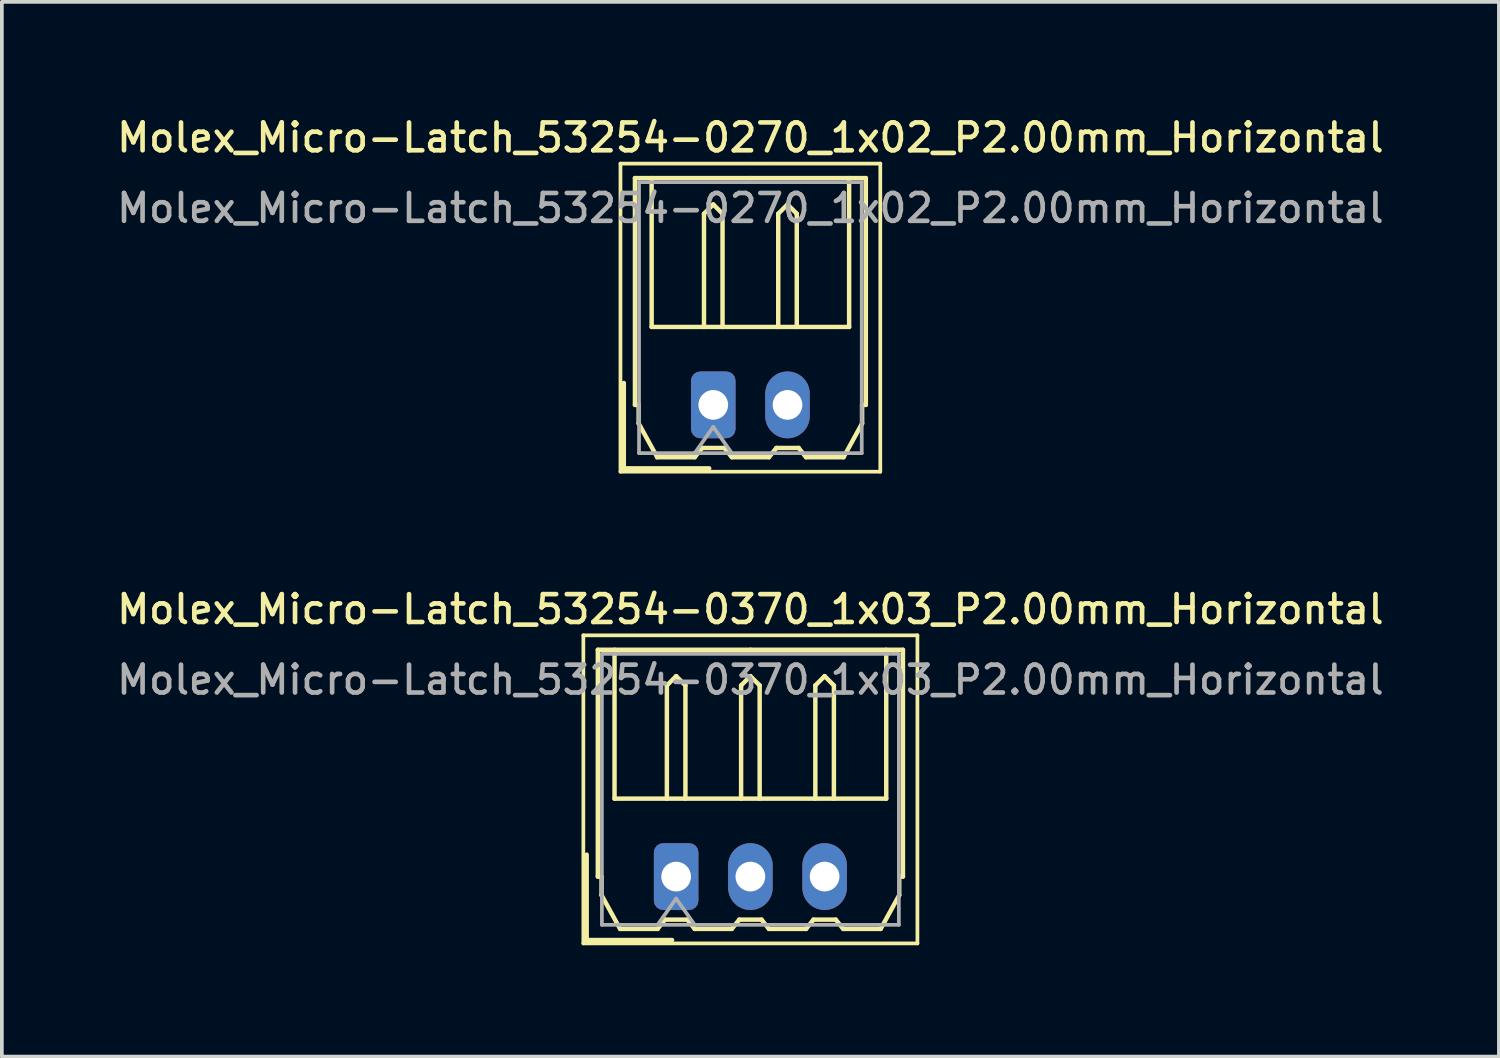
<source format=kicad_pcb>
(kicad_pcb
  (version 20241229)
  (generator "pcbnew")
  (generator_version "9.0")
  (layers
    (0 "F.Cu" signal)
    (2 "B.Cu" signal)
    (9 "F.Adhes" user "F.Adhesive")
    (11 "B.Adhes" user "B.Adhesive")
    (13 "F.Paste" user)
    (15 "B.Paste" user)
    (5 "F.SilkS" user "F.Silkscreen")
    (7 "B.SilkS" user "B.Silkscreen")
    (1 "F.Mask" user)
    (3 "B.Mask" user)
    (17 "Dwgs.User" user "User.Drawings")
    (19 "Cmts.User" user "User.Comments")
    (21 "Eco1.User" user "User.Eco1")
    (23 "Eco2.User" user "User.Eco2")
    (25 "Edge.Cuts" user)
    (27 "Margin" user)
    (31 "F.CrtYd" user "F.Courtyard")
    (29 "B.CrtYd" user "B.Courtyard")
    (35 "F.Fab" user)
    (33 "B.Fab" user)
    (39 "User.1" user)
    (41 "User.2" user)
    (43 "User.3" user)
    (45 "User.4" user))
  (footprint "Molex_Micro-Latch_53254-0270_1x02_P2.00mm_Horizontal"
    (layer "F.Cu")
    (at 16.166 7.858)
    (property "Reference" "Molex_Micro-Latch_53254-0270_1x02_P2.00mm_Horizontal" (at 1 -7.2 0) (layer "F.SilkS") (effects (font (size 0.75 0.75) (thickness 0.125))))
    (attr through_hole)
    (fp_line (start -2.5 -6.5) (end -2.5 1.8) (stroke (width 0.1) (type solid)) (layer "F.SilkS"))
    (fp_line (start -2.5 1.8) (end 4.5 1.8) (stroke (width 0.1) (type solid)) (layer "F.SilkS"))
    (fp_line (start -2.41 1.71) (end -2.41 -0.59) (stroke (width 0.12) (type solid)) (layer "F.SilkS"))
    (fp_line (start -2.11 -6.11) (end 1 -6.11) (stroke (width 0.12) (type solid)) (layer "F.SilkS"))
    (fp_line (start -2.11 0) (end -2.11 -6.11) (stroke (width 0.12) (type solid)) (layer "F.SilkS"))
    (fp_line (start -2.01 0) (end -2.11 0) (stroke (width 0.12) (type solid)) (layer "F.SilkS"))
    (fp_line (start -2.01 0.5) (end -2.01 0) (stroke (width 0.12) (type solid)) (layer "F.SilkS"))
    (fp_line (start -1.66 -6.11) (end -1.66 -2.1) (stroke (width 0.12) (type solid)) (layer "F.SilkS"))
    (fp_line (start -1.66 -2.1) (end 3.66 -2.1) (stroke (width 0.12) (type solid)) (layer "F.SilkS"))
    (fp_line (start -1.51 1.41) (end -2.01 0.5) (stroke (width 0.12) (type solid)) (layer "F.SilkS"))
    (fp_line (start -0.5 1.41) (end -1.51 1.41) (stroke (width 0.12) (type solid)) (layer "F.SilkS"))
    (fp_line (start -0.3 1.16) (end -0.5 1.41) (stroke (width 0.12) (type solid)) (layer "F.SilkS"))
    (fp_line (start -0.3 1.16) (end 0.3 1.16) (stroke (width 0.12) (type solid)) (layer "F.SilkS"))
    (fp_line (start -0.25 -5.15) (end 0 -5.4) (stroke (width 0.12) (type solid)) (layer "F.SilkS"))
    (fp_line (start -0.25 -2.1) (end -0.25 -5.15) (stroke (width 0.12) (type solid)) (layer "F.SilkS"))
    (fp_line (start -0.11 1.71) (end -2.41 1.71) (stroke (width 0.12) (type solid)) (layer "F.SilkS"))
    (fp_line (start 0 -5.4) (end 0.25 -5.15) (stroke (width 0.12) (type solid)) (layer "F.SilkS"))
    (fp_line (start 0.25 -5.15) (end 0.25 -2.1) (stroke (width 0.12) (type solid)) (layer "F.SilkS"))
    (fp_line (start 0.3 1.16) (end 0.5 1.41) (stroke (width 0.12) (type solid)) (layer "F.SilkS"))
    (fp_line (start 0.5 1.41) (end 1.5 1.41) (stroke (width 0.12) (type solid)) (layer "F.SilkS"))
    (fp_line (start 1.5 1.41) (end 1.7 1.16) (stroke (width 0.12) (type solid)) (layer "F.SilkS"))
    (fp_line (start 1.7 1.16) (end 2.3 1.16) (stroke (width 0.12) (type solid)) (layer "F.SilkS"))
    (fp_line (start 1.75 -5.15) (end 2 -5.4) (stroke (width 0.12) (type solid)) (layer "F.SilkS"))
    (fp_line (start 1.75 -2.1) (end 1.75 -5.15) (stroke (width 0.12) (type solid)) (layer "F.SilkS"))
    (fp_line (start 2 -5.4) (end 2.25 -5.15) (stroke (width 0.12) (type solid)) (layer "F.SilkS"))
    (fp_line (start 2.25 -5.15) (end 2.25 -2.1) (stroke (width 0.12) (type solid)) (layer "F.SilkS"))
    (fp_line (start 2.3 1.16) (end 2.5 1.41) (stroke (width 0.12) (type solid)) (layer "F.SilkS"))
    (fp_line (start 2.5 1.41) (end 3.51 1.41) (stroke (width 0.12) (type solid)) (layer "F.SilkS"))
    (fp_line (start 3.51 1.41) (end 4.01 0.5) (stroke (width 0.12) (type solid)) (layer "F.SilkS"))
    (fp_line (start 3.66 -2.1) (end 3.66 -6.11) (stroke (width 0.12) (type solid)) (layer "F.SilkS"))
    (fp_line (start 4.01 0) (end 4.11 0) (stroke (width 0.12) (type solid)) (layer "F.SilkS"))
    (fp_line (start 4.01 0.5) (end 4.01 0) (stroke (width 0.12) (type solid)) (layer "F.SilkS"))
    (fp_line (start 4.11 -6.11) (end 1 -6.11) (stroke (width 0.12) (type solid)) (layer "F.SilkS"))
    (fp_line (start 4.11 0) (end 4.11 -6.11) (stroke (width 0.12) (type solid)) (layer "F.SilkS"))
    (fp_line (start 4.5 -6.5) (end -2.5 -6.5) (stroke (width 0.1) (type solid)) (layer "F.SilkS"))
    (fp_line (start 4.5 1.8) (end 4.5 -6.5) (stroke (width 0.1) (type solid)) (layer "F.SilkS"))
    (fp_line (start -2 -6) (end -2 1.3) (stroke (width 0.1) (type solid)) (layer "F.Fab"))
    (fp_line (start -2 1.3) (end 4 1.3) (stroke (width 0.1) (type solid)) (layer "F.Fab"))
    (fp_line (start -0.5 1.3) (end 0 0.593) (stroke (width 0.1) (type solid)) (layer "F.Fab"))
    (fp_line (start 0 0.593) (end 0.5 1.3) (stroke (width 0.1) (type solid)) (layer "F.Fab"))
    (fp_line (start 4 -6) (end -2 -6) (stroke (width 0.1) (type solid)) (layer "F.Fab"))
    (fp_line (start 4 1.3) (end 4 -6) (stroke (width 0.1) (type solid)) (layer "F.Fab"))
    (fp_text user "${REFERENCE}" (at 1 -5.3 0) (layer "F.Fab") (effects (font (size 0.75 0.75) (thickness 0.125))))
    (pad "1" thru_hole roundrect (at 0 0) (size 1.2 1.8) (drill 0.8) (layers "*.Cu" "*.Mask") (roundrect_rratio 0.208))
    (pad "2" thru_hole oval (at 2 0) (size 1.2 1.8) (drill 0.8) (layers "*.Cu" "*.Mask")))
  (footprint "Molex_Micro-Latch_53254-0370_1x03_P2.00mm_Horizontal"
    (layer "F.Cu")
    (at 15.166 20.566)
    (property "Reference" "Molex_Micro-Latch_53254-0370_1x03_P2.00mm_Horizontal" (at 2 -7.2 0) (layer "F.SilkS") (effects (font (size 0.75 0.75) (thickness 0.125))))
    (attr through_hole)
    (fp_line (start -2.5 -6.5) (end -2.5 1.8) (stroke (width 0.1) (type solid)) (layer "F.SilkS"))
    (fp_line (start -2.5 1.8) (end 6.5 1.8) (stroke (width 0.1) (type solid)) (layer "F.SilkS"))
    (fp_line (start -2.41 1.71) (end -2.41 -0.59) (stroke (width 0.12) (type solid)) (layer "F.SilkS"))
    (fp_line (start -2.11 -6.11) (end 2 -6.11) (stroke (width 0.12) (type solid)) (layer "F.SilkS"))
    (fp_line (start -2.11 0) (end -2.11 -6.11) (stroke (width 0.12) (type solid)) (layer "F.SilkS"))
    (fp_line (start -2.01 0) (end -2.11 0) (stroke (width 0.12) (type solid)) (layer "F.SilkS"))
    (fp_line (start -2.01 0.5) (end -2.01 0) (stroke (width 0.12) (type solid)) (layer "F.SilkS"))
    (fp_line (start -1.66 -6.11) (end -1.66 -2.1) (stroke (width 0.12) (type solid)) (layer "F.SilkS"))
    (fp_line (start -1.66 -2.1) (end 5.66 -2.1) (stroke (width 0.12) (type solid)) (layer "F.SilkS"))
    (fp_line (start -1.51 1.41) (end -2.01 0.5) (stroke (width 0.12) (type solid)) (layer "F.SilkS"))
    (fp_line (start -0.5 1.41) (end -1.51 1.41) (stroke (width 0.12) (type solid)) (layer "F.SilkS"))
    (fp_line (start -0.3 1.16) (end -0.5 1.41) (stroke (width 0.12) (type solid)) (layer "F.SilkS"))
    (fp_line (start -0.3 1.16) (end 0.3 1.16) (stroke (width 0.12) (type solid)) (layer "F.SilkS"))
    (fp_line (start -0.25 -5.15) (end 0 -5.4) (stroke (width 0.12) (type solid)) (layer "F.SilkS"))
    (fp_line (start -0.25 -2.1) (end -0.25 -5.15) (stroke (width 0.12) (type solid)) (layer "F.SilkS"))
    (fp_line (start -0.11 1.71) (end -2.41 1.71) (stroke (width 0.12) (type solid)) (layer "F.SilkS"))
    (fp_line (start 0 -5.4) (end 0.25 -5.15) (stroke (width 0.12) (type solid)) (layer "F.SilkS"))
    (fp_line (start 0.25 -5.15) (end 0.25 -2.1) (stroke (width 0.12) (type solid)) (layer "F.SilkS"))
    (fp_line (start 0.3 1.16) (end 0.5 1.41) (stroke (width 0.12) (type solid)) (layer "F.SilkS"))
    (fp_line (start 0.5 1.41) (end 1.5 1.41) (stroke (width 0.12) (type solid)) (layer "F.SilkS"))
    (fp_line (start 1.5 1.41) (end 1.7 1.16) (stroke (width 0.12) (type solid)) (layer "F.SilkS"))
    (fp_line (start 1.7 1.16) (end 2.3 1.16) (stroke (width 0.12) (type solid)) (layer "F.SilkS"))
    (fp_line (start 1.75 -5.15) (end 2 -5.4) (stroke (width 0.12) (type solid)) (layer "F.SilkS"))
    (fp_line (start 1.75 -2.1) (end 1.75 -5.15) (stroke (width 0.12) (type solid)) (layer "F.SilkS"))
    (fp_line (start 2 -5.4) (end 2.25 -5.15) (stroke (width 0.12) (type solid)) (layer "F.SilkS"))
    (fp_line (start 2.25 -5.15) (end 2.25 -2.1) (stroke (width 0.12) (type solid)) (layer "F.SilkS"))
    (fp_line (start 2.3 1.16) (end 2.5 1.41) (stroke (width 0.12) (type solid)) (layer "F.SilkS"))
    (fp_line (start 2.5 1.41) (end 3.5 1.41) (stroke (width 0.12) (type solid)) (layer "F.SilkS"))
    (fp_line (start 3.5 1.41) (end 3.7 1.16) (stroke (width 0.12) (type solid)) (layer "F.SilkS"))
    (fp_line (start 3.7 1.16) (end 4.3 1.16) (stroke (width 0.12) (type solid)) (layer "F.SilkS"))
    (fp_line (start 3.75 -5.15) (end 4 -5.4) (stroke (width 0.12) (type solid)) (layer "F.SilkS"))
    (fp_line (start 3.75 -2.1) (end 3.75 -5.15) (stroke (width 0.12) (type solid)) (layer "F.SilkS"))
    (fp_line (start 4 -5.4) (end 4.25 -5.15) (stroke (width 0.12) (type solid)) (layer "F.SilkS"))
    (fp_line (start 4.25 -5.15) (end 4.25 -2.1) (stroke (width 0.12) (type solid)) (layer "F.SilkS"))
    (fp_line (start 4.3 1.16) (end 4.5 1.41) (stroke (width 0.12) (type solid)) (layer "F.SilkS"))
    (fp_line (start 4.5 1.41) (end 5.51 1.41) (stroke (width 0.12) (type solid)) (layer "F.SilkS"))
    (fp_line (start 5.51 1.41) (end 6.01 0.5) (stroke (width 0.12) (type solid)) (layer "F.SilkS"))
    (fp_line (start 5.66 -2.1) (end 5.66 -6.11) (stroke (width 0.12) (type solid)) (layer "F.SilkS"))
    (fp_line (start 6.01 0) (end 6.11 0) (stroke (width 0.12) (type solid)) (layer "F.SilkS"))
    (fp_line (start 6.01 0.5) (end 6.01 0) (stroke (width 0.12) (type solid)) (layer "F.SilkS"))
    (fp_line (start 6.11 -6.11) (end 2 -6.11) (stroke (width 0.12) (type solid)) (layer "F.SilkS"))
    (fp_line (start 6.11 0) (end 6.11 -6.11) (stroke (width 0.12) (type solid)) (layer "F.SilkS"))
    (fp_line (start 6.5 -6.5) (end -2.5 -6.5) (stroke (width 0.1) (type solid)) (layer "F.SilkS"))
    (fp_line (start 6.5 1.8) (end 6.5 -6.5) (stroke (width 0.1) (type solid)) (layer "F.SilkS"))
    (fp_line (start -2 -6) (end -2 1.3) (stroke (width 0.1) (type solid)) (layer "F.Fab"))
    (fp_line (start -2 1.3) (end 6 1.3) (stroke (width 0.1) (type solid)) (layer "F.Fab"))
    (fp_line (start -0.5 1.3) (end 0 0.593) (stroke (width 0.1) (type solid)) (layer "F.Fab"))
    (fp_line (start 0 0.593) (end 0.5 1.3) (stroke (width 0.1) (type solid)) (layer "F.Fab"))
    (fp_line (start 6 -6) (end -2 -6) (stroke (width 0.1) (type solid)) (layer "F.Fab"))
    (fp_line (start 6 1.3) (end 6 -6) (stroke (width 0.1) (type solid)) (layer "F.Fab"))
    (fp_text user "${REFERENCE}" (at 2 -5.3 0) (layer "F.Fab") (effects (font (size 0.75 0.75) (thickness 0.125))))
    (pad "1" thru_hole roundrect (at 0 0) (size 1.2 1.8) (drill 0.8) (layers "*.Cu" "*.Mask") (roundrect_rratio 0.208))
    (pad "2" thru_hole oval (at 2 0) (size 1.2 1.8) (drill 0.8) (layers "*.Cu" "*.Mask"))
    (pad "3" thru_hole oval (at 4 0) (size 1.2 1.8) (drill 0.8) (layers "*.Cu" "*.Mask")))
  (gr_rect
    (start -3 -3)
    (end 37.332 25.416)
    (stroke (width 0.1) (type default))
    (fill no)
    (layer "Edge.Cuts")))
</source>
